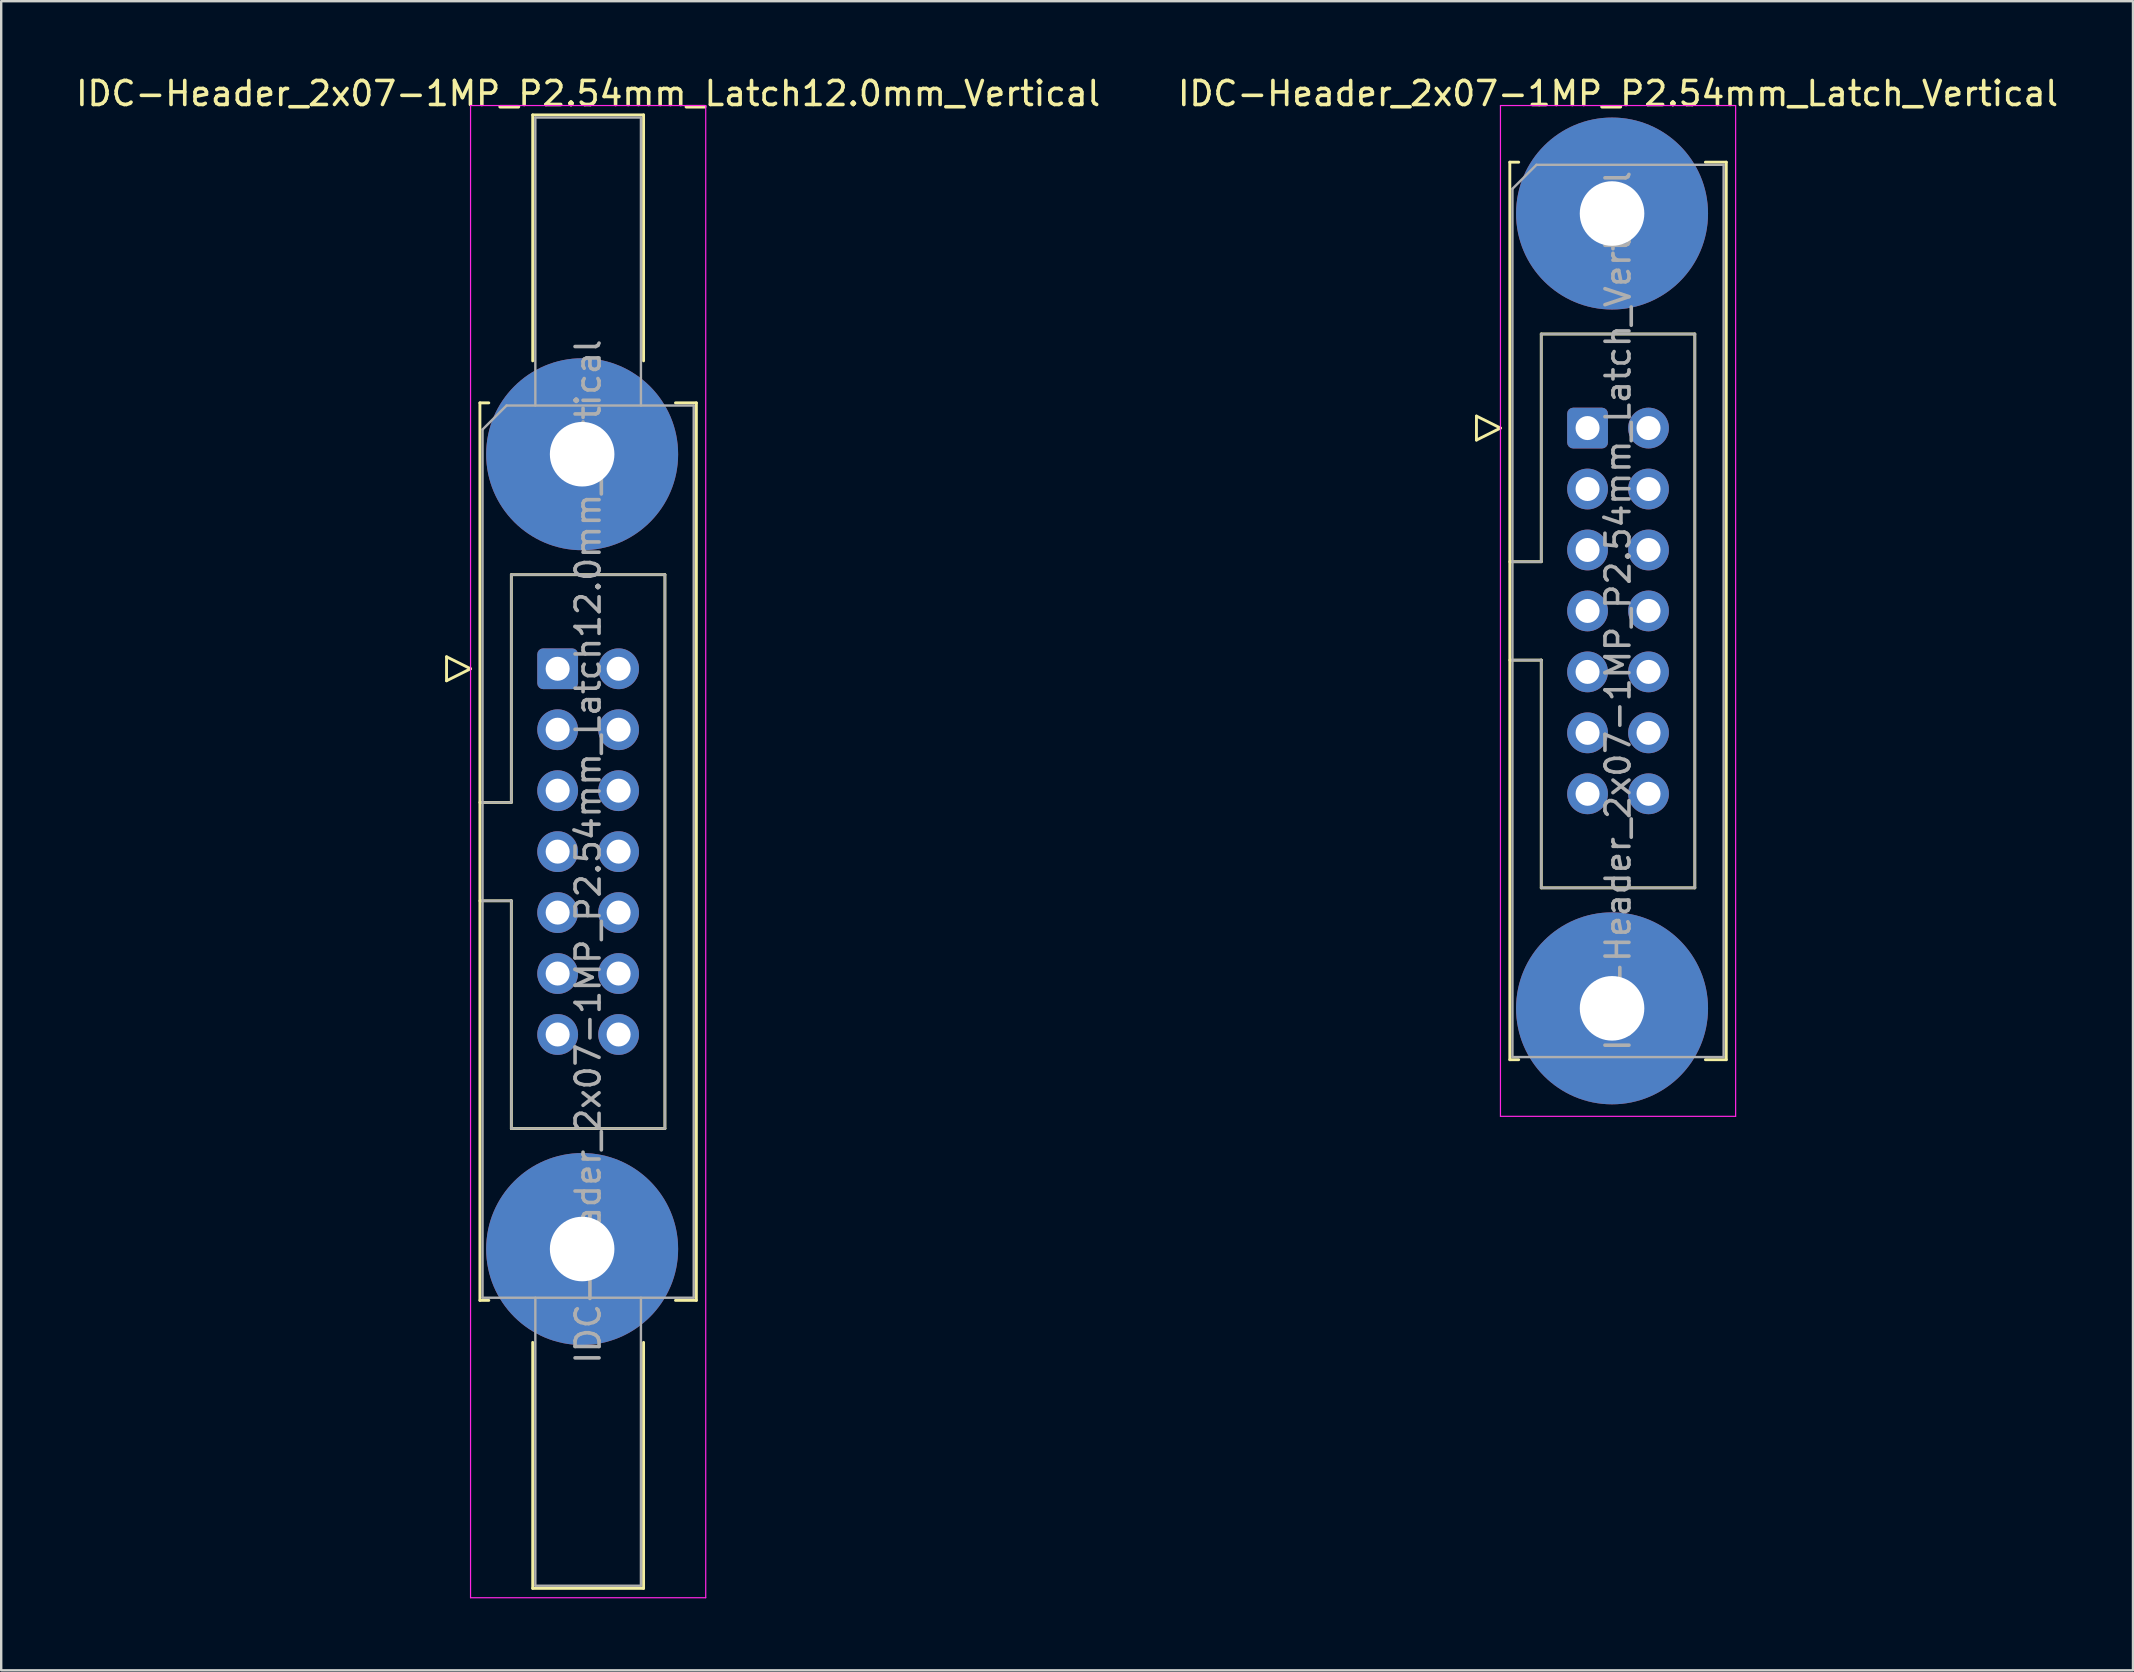
<source format=kicad_pcb>
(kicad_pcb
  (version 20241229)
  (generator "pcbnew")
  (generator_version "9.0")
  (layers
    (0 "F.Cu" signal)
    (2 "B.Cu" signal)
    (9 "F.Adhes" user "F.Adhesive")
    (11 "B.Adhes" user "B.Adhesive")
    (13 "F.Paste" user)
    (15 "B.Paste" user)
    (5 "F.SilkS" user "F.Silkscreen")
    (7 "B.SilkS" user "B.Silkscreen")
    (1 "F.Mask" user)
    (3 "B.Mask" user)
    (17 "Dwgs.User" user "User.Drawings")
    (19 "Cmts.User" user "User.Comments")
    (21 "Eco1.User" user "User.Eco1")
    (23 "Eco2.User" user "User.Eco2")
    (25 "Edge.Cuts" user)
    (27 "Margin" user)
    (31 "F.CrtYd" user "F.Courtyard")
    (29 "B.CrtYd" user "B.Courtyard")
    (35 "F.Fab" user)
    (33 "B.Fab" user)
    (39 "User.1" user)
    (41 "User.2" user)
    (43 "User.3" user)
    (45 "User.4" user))
  (footprint "IDC-Header_2x07-1MP_P2.54mm_Latch_Vertical"
    (layer "F.Cu")
    (at 63.105 14.788)
    (property "Reference" "IDC-Header_2x07-1MP_P2.54mm_Latch_Vertical" (at 1.27 -13.94 0) (layer "F.SilkS") (effects (font (size 1 1) (thickness 0.15))))
    (attr through_hole)
    (fp_line (start -4.63 -0.5) (end -4.63 0.5) (stroke (width 0.12) (type solid)) (layer "F.SilkS"))
    (fp_line (start -4.63 0.5) (end -3.63 0) (stroke (width 0.12) (type solid)) (layer "F.SilkS"))
    (fp_line (start -3.63 0) (end -4.63 -0.5) (stroke (width 0.12) (type solid)) (layer "F.SilkS"))
    (fp_line (start -3.24 -11.08) (end -3.24 26.32) (stroke (width 0.12) (type solid)) (layer "F.SilkS"))
    (fp_line (start -3.24 5.57) (end -1.93 5.57) (stroke (width 0.12) (type solid)) (layer "F.SilkS"))
    (fp_line (start -3.24 26.32) (end -2.87 26.32) (stroke (width 0.12) (type solid)) (layer "F.SilkS"))
    (fp_line (start -2.87 -11.08) (end -3.24 -11.08) (stroke (width 0.12) (type solid)) (layer "F.SilkS"))
    (fp_line (start -1.93 -3.92) (end 4.47 -3.92) (stroke (width 0.12) (type solid)) (layer "F.SilkS"))
    (fp_line (start -1.93 5.57) (end -1.93 -3.92) (stroke (width 0.12) (type solid)) (layer "F.SilkS"))
    (fp_line (start -1.93 9.67) (end -3.24 9.67) (stroke (width 0.12) (type solid)) (layer "F.SilkS"))
    (fp_line (start -1.93 9.67) (end -1.93 9.67) (stroke (width 0.12) (type solid)) (layer "F.SilkS"))
    (fp_line (start -1.93 19.16) (end -1.93 9.67) (stroke (width 0.12) (type solid)) (layer "F.SilkS"))
    (fp_line (start 4.47 -3.92) (end 4.47 19.16) (stroke (width 0.12) (type solid)) (layer "F.SilkS"))
    (fp_line (start 4.47 19.16) (end -1.93 19.16) (stroke (width 0.12) (type solid)) (layer "F.SilkS"))
    (fp_line (start 4.91 -11.08) (end 5.78 -11.08) (stroke (width 0.12) (type solid)) (layer "F.SilkS"))
    (fp_line (start 5.78 -11.08) (end 5.78 26.32) (stroke (width 0.12) (type solid)) (layer "F.SilkS"))
    (fp_line (start 5.78 26.32) (end 4.91 26.32) (stroke (width 0.12) (type solid)) (layer "F.SilkS"))
    (fp_line (start -3.63 -13.44) (end -3.63 28.68) (stroke (width 0.05) (type solid)) (layer "F.CrtYd"))
    (fp_line (start -3.63 28.68) (end 6.17 28.68) (stroke (width 0.05) (type solid)) (layer "F.CrtYd"))
    (fp_line (start 6.17 -13.44) (end -3.63 -13.44) (stroke (width 0.05) (type solid)) (layer "F.CrtYd"))
    (fp_line (start 6.17 28.68) (end 6.17 -13.44) (stroke (width 0.05) (type solid)) (layer "F.CrtYd"))
    (fp_line (start -3.13 -9.97) (end -2.13 -10.97) (stroke (width 0.1) (type solid)) (layer "F.Fab"))
    (fp_line (start -3.13 5.57) (end -1.93 5.57) (stroke (width 0.1) (type solid)) (layer "F.Fab"))
    (fp_line (start -3.13 26.21) (end -3.13 -9.97) (stroke (width 0.1) (type solid)) (layer "F.Fab"))
    (fp_line (start -2.13 -10.97) (end 5.67 -10.97) (stroke (width 0.1) (type solid)) (layer "F.Fab"))
    (fp_line (start -1.93 -3.92) (end 4.47 -3.92) (stroke (width 0.1) (type solid)) (layer "F.Fab"))
    (fp_line (start -1.93 5.57) (end -1.93 -3.92) (stroke (width 0.1) (type solid)) (layer "F.Fab"))
    (fp_line (start -1.93 9.67) (end -3.13 9.67) (stroke (width 0.1) (type solid)) (layer "F.Fab"))
    (fp_line (start -1.93 9.67) (end -1.93 9.67) (stroke (width 0.1) (type solid)) (layer "F.Fab"))
    (fp_line (start -1.93 19.16) (end -1.93 9.67) (stroke (width 0.1) (type solid)) (layer "F.Fab"))
    (fp_line (start 4.47 -3.92) (end 4.47 19.16) (stroke (width 0.1) (type solid)) (layer "F.Fab"))
    (fp_line (start 4.47 19.16) (end -1.93 19.16) (stroke (width 0.1) (type solid)) (layer "F.Fab"))
    (fp_line (start 5.67 -10.97) (end 5.67 26.21) (stroke (width 0.1) (type solid)) (layer "F.Fab"))
    (fp_line (start 5.67 26.21) (end -3.13 26.21) (stroke (width 0.1) (type solid)) (layer "F.Fab"))
    (fp_text user "${REFERENCE}" (at 1.27 7.62 90) (layer "F.Fab") (effects (font (size 1 1) (thickness 0.15))))
    (pad "1" thru_hole roundrect (at 0 0) (size 1.7 1.7) (drill 1) (layers "*.Cu" "*.Mask") (roundrect_rratio 0.147))
    (pad "2" thru_hole circle (at 2.54 0) (size 1.7 1.7) (drill 1) (layers "*.Cu" "*.Mask"))
    (pad "3" thru_hole circle (at 0 2.54) (size 1.7 1.7) (drill 1) (layers "*.Cu" "*.Mask"))
    (pad "4" thru_hole circle (at 2.54 2.54) (size 1.7 1.7) (drill 1) (layers "*.Cu" "*.Mask"))
    (pad "5" thru_hole circle (at 0 5.08) (size 1.7 1.7) (drill 1) (layers "*.Cu" "*.Mask"))
    (pad "6" thru_hole circle (at 2.54 5.08) (size 1.7 1.7) (drill 1) (layers "*.Cu" "*.Mask"))
    (pad "7" thru_hole circle (at 0 7.62) (size 1.7 1.7) (drill 1) (layers "*.Cu" "*.Mask"))
    (pad "8" thru_hole circle (at 2.54 7.62) (size 1.7 1.7) (drill 1) (layers "*.Cu" "*.Mask"))
    (pad "9" thru_hole circle (at 0 10.16) (size 1.7 1.7) (drill 1) (layers "*.Cu" "*.Mask"))
    (pad "10" thru_hole circle (at 2.54 10.16) (size 1.7 1.7) (drill 1) (layers "*.Cu" "*.Mask"))
    (pad "11" thru_hole circle (at 0 12.7) (size 1.7 1.7) (drill 1) (layers "*.Cu" "*.Mask"))
    (pad "12" thru_hole circle (at 2.54 12.7) (size 1.7 1.7) (drill 1) (layers "*.Cu" "*.Mask"))
    (pad "13" thru_hole circle (at 0 15.24) (size 1.7 1.7) (drill 1) (layers "*.Cu" "*.Mask"))
    (pad "14" thru_hole circle (at 2.54 15.24) (size 1.7 1.7) (drill 1) (layers "*.Cu" "*.Mask"))
    (pad "MP" thru_hole circle (at 1.02 -8.94) (size 8 8) (drill 2.69) (layers "*.Cu" "*.Mask"))
    (pad "MP" thru_hole circle (at 1.02 24.18) (size 8 8) (drill 2.69) (layers "*.Cu" "*.Mask")))
  (footprint "IDC-Header_2x07-1MP_P2.54mm_Latch12.0mm_Vertical"
    (layer "F.Cu")
    (at 20.188 24.818)
    (property "Reference" "IDC-Header_2x07-1MP_P2.54mm_Latch12.0mm_Vertical" (at 1.27 -23.97 0) (layer "F.SilkS") (effects (font (size 1 1) (thickness 0.15))))
    (attr through_hole)
    (fp_line (start -4.63 -0.5) (end -4.63 0.5) (stroke (width 0.12) (type solid)) (layer "F.SilkS"))
    (fp_line (start -4.63 0.5) (end -3.63 0) (stroke (width 0.12) (type solid)) (layer "F.SilkS"))
    (fp_line (start -3.63 0) (end -4.63 -0.5) (stroke (width 0.12) (type solid)) (layer "F.SilkS"))
    (fp_line (start -3.24 -11.08) (end -3.24 26.32) (stroke (width 0.12) (type solid)) (layer "F.SilkS"))
    (fp_line (start -3.24 5.57) (end -1.93 5.57) (stroke (width 0.12) (type solid)) (layer "F.SilkS"))
    (fp_line (start -3.24 26.32) (end -2.87 26.32) (stroke (width 0.12) (type solid)) (layer "F.SilkS"))
    (fp_line (start -2.87 -11.08) (end -3.24 -11.08) (stroke (width 0.12) (type solid)) (layer "F.SilkS"))
    (fp_line (start -1.93 -3.92) (end 4.47 -3.92) (stroke (width 0.12) (type solid)) (layer "F.SilkS"))
    (fp_line (start -1.93 5.57) (end -1.93 -3.92) (stroke (width 0.12) (type solid)) (layer "F.SilkS"))
    (fp_line (start -1.93 9.67) (end -3.24 9.67) (stroke (width 0.12) (type solid)) (layer "F.SilkS"))
    (fp_line (start -1.93 9.67) (end -1.93 9.67) (stroke (width 0.12) (type solid)) (layer "F.SilkS"))
    (fp_line (start -1.93 19.16) (end -1.93 9.67) (stroke (width 0.12) (type solid)) (layer "F.SilkS"))
    (fp_line (start -1.04 -23.08) (end 3.58 -23.08) (stroke (width 0.12) (type solid)) (layer "F.SilkS"))
    (fp_line (start -1.04 -12.83) (end -1.04 -23.08) (stroke (width 0.12) (type solid)) (layer "F.SilkS"))
    (fp_line (start -1.04 28.07) (end -1.04 38.32) (stroke (width 0.12) (type solid)) (layer "F.SilkS"))
    (fp_line (start -1.04 38.32) (end 3.58 38.32) (stroke (width 0.12) (type solid)) (layer "F.SilkS"))
    (fp_line (start 3.58 -23.08) (end 3.58 -12.83) (stroke (width 0.12) (type solid)) (layer "F.SilkS"))
    (fp_line (start 3.58 38.32) (end 3.58 28.07) (stroke (width 0.12) (type solid)) (layer "F.SilkS"))
    (fp_line (start 4.47 -3.92) (end 4.47 19.16) (stroke (width 0.12) (type solid)) (layer "F.SilkS"))
    (fp_line (start 4.47 19.16) (end -1.93 19.16) (stroke (width 0.12) (type solid)) (layer "F.SilkS"))
    (fp_line (start 4.91 -11.08) (end 5.78 -11.08) (stroke (width 0.12) (type solid)) (layer "F.SilkS"))
    (fp_line (start 5.78 -11.08) (end 5.78 26.32) (stroke (width 0.12) (type solid)) (layer "F.SilkS"))
    (fp_line (start 5.78 26.32) (end 4.91 26.32) (stroke (width 0.12) (type solid)) (layer "F.SilkS"))
    (fp_line (start -3.63 -23.47) (end -3.63 38.71) (stroke (width 0.05) (type solid)) (layer "F.CrtYd"))
    (fp_line (start -3.63 38.71) (end 6.17 38.71) (stroke (width 0.05) (type solid)) (layer "F.CrtYd"))
    (fp_line (start 6.17 -23.47) (end -3.63 -23.47) (stroke (width 0.05) (type solid)) (layer "F.CrtYd"))
    (fp_line (start 6.17 38.71) (end 6.17 -23.47) (stroke (width 0.05) (type solid)) (layer "F.CrtYd"))
    (fp_line (start -3.13 -9.97) (end -2.13 -10.97) (stroke (width 0.1) (type solid)) (layer "F.Fab"))
    (fp_line (start -3.13 5.57) (end -1.93 5.57) (stroke (width 0.1) (type solid)) (layer "F.Fab"))
    (fp_line (start -3.13 26.21) (end -3.13 -9.97) (stroke (width 0.1) (type solid)) (layer "F.Fab"))
    (fp_line (start -2.13 -10.97) (end 5.67 -10.97) (stroke (width 0.1) (type solid)) (layer "F.Fab"))
    (fp_line (start -1.93 -3.92) (end 4.47 -3.92) (stroke (width 0.1) (type solid)) (layer "F.Fab"))
    (fp_line (start -1.93 5.57) (end -1.93 -3.92) (stroke (width 0.1) (type solid)) (layer "F.Fab"))
    (fp_line (start -1.93 9.67) (end -3.13 9.67) (stroke (width 0.1) (type solid)) (layer "F.Fab"))
    (fp_line (start -1.93 9.67) (end -1.93 9.67) (stroke (width 0.1) (type solid)) (layer "F.Fab"))
    (fp_line (start -1.93 19.16) (end -1.93 9.67) (stroke (width 0.1) (type solid)) (layer "F.Fab"))
    (fp_line (start -0.93 -22.97) (end 3.47 -22.97) (stroke (width 0.1) (type solid)) (layer "F.Fab"))
    (fp_line (start -0.93 -10.97) (end -0.93 -22.97) (stroke (width 0.1) (type solid)) (layer "F.Fab"))
    (fp_line (start -0.93 26.21) (end -0.93 38.21) (stroke (width 0.1) (type solid)) (layer "F.Fab"))
    (fp_line (start -0.93 38.21) (end 3.47 38.21) (stroke (width 0.1) (type solid)) (layer "F.Fab"))
    (fp_line (start 3.47 -22.97) (end 3.47 -10.97) (stroke (width 0.1) (type solid)) (layer "F.Fab"))
    (fp_line (start 3.47 38.21) (end 3.47 26.21) (stroke (width 0.1) (type solid)) (layer "F.Fab"))
    (fp_line (start 4.47 -3.92) (end 4.47 19.16) (stroke (width 0.1) (type solid)) (layer "F.Fab"))
    (fp_line (start 4.47 19.16) (end -1.93 19.16) (stroke (width 0.1) (type solid)) (layer "F.Fab"))
    (fp_line (start 5.67 -10.97) (end 5.67 26.21) (stroke (width 0.1) (type solid)) (layer "F.Fab"))
    (fp_line (start 5.67 26.21) (end -3.13 26.21) (stroke (width 0.1) (type solid)) (layer "F.Fab"))
    (fp_text user "${REFERENCE}" (at 1.27 7.62 90) (layer "F.Fab") (effects (font (size 1 1) (thickness 0.15))))
    (pad "1" thru_hole roundrect (at 0 0) (size 1.7 1.7) (drill 1) (layers "*.Cu" "*.Mask") (roundrect_rratio 0.147))
    (pad "2" thru_hole circle (at 2.54 0) (size 1.7 1.7) (drill 1) (layers "*.Cu" "*.Mask"))
    (pad "3" thru_hole circle (at 0 2.54) (size 1.7 1.7) (drill 1) (layers "*.Cu" "*.Mask"))
    (pad "4" thru_hole circle (at 2.54 2.54) (size 1.7 1.7) (drill 1) (layers "*.Cu" "*.Mask"))
    (pad "5" thru_hole circle (at 0 5.08) (size 1.7 1.7) (drill 1) (layers "*.Cu" "*.Mask"))
    (pad "6" thru_hole circle (at 2.54 5.08) (size 1.7 1.7) (drill 1) (layers "*.Cu" "*.Mask"))
    (pad "7" thru_hole circle (at 0 7.62) (size 1.7 1.7) (drill 1) (layers "*.Cu" "*.Mask"))
    (pad "8" thru_hole circle (at 2.54 7.62) (size 1.7 1.7) (drill 1) (layers "*.Cu" "*.Mask"))
    (pad "9" thru_hole circle (at 0 10.16) (size 1.7 1.7) (drill 1) (layers "*.Cu" "*.Mask"))
    (pad "10" thru_hole circle (at 2.54 10.16) (size 1.7 1.7) (drill 1) (layers "*.Cu" "*.Mask"))
    (pad "11" thru_hole circle (at 0 12.7) (size 1.7 1.7) (drill 1) (layers "*.Cu" "*.Mask"))
    (pad "12" thru_hole circle (at 2.54 12.7) (size 1.7 1.7) (drill 1) (layers "*.Cu" "*.Mask"))
    (pad "13" thru_hole circle (at 0 15.24) (size 1.7 1.7) (drill 1) (layers "*.Cu" "*.Mask"))
    (pad "14" thru_hole circle (at 2.54 15.24) (size 1.7 1.7) (drill 1) (layers "*.Cu" "*.Mask"))
    (pad "MP" thru_hole circle (at 1.02 -8.94) (size 8 8) (drill 2.69) (layers "*.Cu" "*.Mask"))
    (pad "MP" thru_hole circle (at 1.02 24.18) (size 8 8) (drill 2.69) (layers "*.Cu" "*.Mask")))
  (gr_rect
    (start -3 -3)
    (end 85.833 66.553)
    (stroke (width 0.1) (type default))
    (fill no)
    (layer "Edge.Cuts")))
</source>
